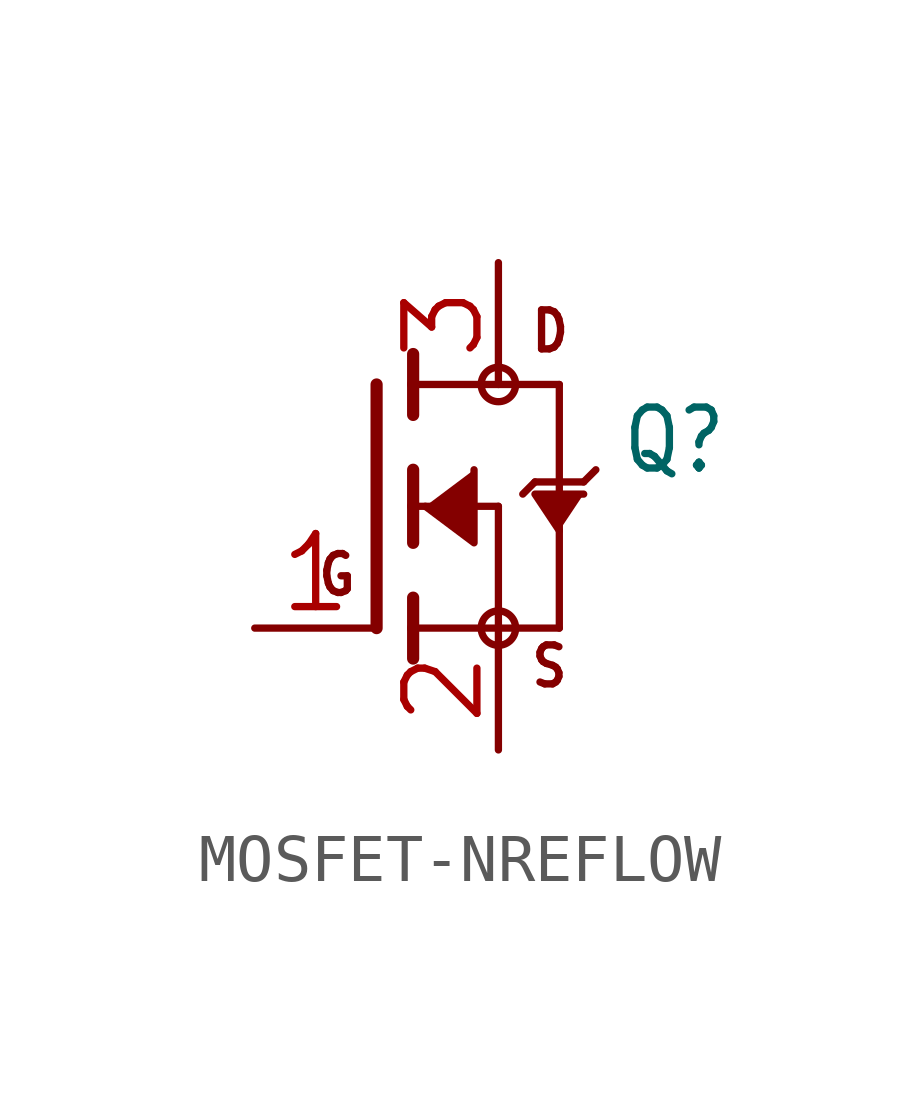
<source format=kicad_sym>
(kicad_symbol_lib
  (version 20241209)
  (generator "kicad_symbol_editor")
  (generator_version "9.0")
  (symbol "MOSFET-NREFLOW"
    (property "Reference" "Q"
      (at 5.08 0.635 0)
      (effects (font (size 1.27 1.079)) (justify left bottom)))
    (property "Value" ""
      (at 5.08 -1.27 0)
      (effects (font (size 1.27 1.079)) (justify left bottom)))
    (property "ki_locked" ""
      (at 0 0 0)
      (effects (font (size 1.27 1.27))))
    (symbol "MOSFET-NREFLOW_1_0"
      (polyline (pts (xy 0 2.54) (xy 0 -2.54)) (stroke (width 0.254) (type solid)) (fill (type none)))
      (polyline (pts (xy 0.762 3.175) (xy 0.762 2.54)) (stroke (width 0.254) (type solid)) (fill (type none)))
      (polyline (pts (xy 0.762 2.54) (xy 0.762 1.905)) (stroke (width 0.254) (type solid)) (fill (type none)))
      (polyline (pts (xy 0.762 2.54) (xy 3.81 2.54)) (stroke (width 0.152) (type solid)) (fill (type none)))
      (polyline (pts (xy 0.762 0.762) (xy 0.762 0)) (stroke (width 0.254) (type solid)) (fill (type none)))
      (polyline (pts (xy 0.762 0) (xy 0.762 -0.762)) (stroke (width 0.254) (type solid)) (fill (type none)))
      (polyline (pts (xy 0.762 0) (xy 2.54 0)) (stroke (width 0.152) (type solid)) (fill (type none)))
      (polyline (pts (xy 0.762 -1.905) (xy 0.762 -2.54)) (stroke (width 0.254) (type solid)) (fill (type none)))
      (polyline (pts (xy 0.762 -2.54) (xy 0.762 -3.175)) (stroke (width 0.254) (type solid)) (fill (type none)))
      (polyline (pts (xy 1.016 0) (xy 2.032 -0.762) (xy 2.032 0.762)) (stroke (width 0.152) (type solid)) (fill (type outline)))
      (circle (center 2.54 2.54) (radius 0.359) (stroke (width 0) (type solid)) (fill (type none)))
      (polyline (pts (xy 2.54 0) (xy 2.54 -2.54)) (stroke (width 0.152) (type solid)) (fill (type none)))
      (polyline (pts (xy 2.54 -2.54) (xy 0.762 -2.54)) (stroke (width 0.152) (type solid)) (fill (type none)))
      (polyline (pts (xy 2.54 -2.54) (xy 3.81 -2.54)) (stroke (width 0.152) (type solid)) (fill (type none)))
      (circle (center 2.54 -2.54) (radius 0.359) (stroke (width 0) (type solid)) (fill (type none)))
      (polyline (pts (xy 3.302 0.508) (xy 3.048 0.254)) (stroke (width 0.152) (type solid)) (fill (type none)))
      (polyline (pts (xy 3.81 2.54) (xy 3.81 0.508)) (stroke (width 0.152) (type solid)) (fill (type none)))
      (polyline (pts (xy 3.81 0.508) (xy 3.302 0.508)) (stroke (width 0.152) (type solid)) (fill (type none)))
      (polyline (pts (xy 3.81 0.508) (xy 3.81 -2.54)) (stroke (width 0.152) (type solid)) (fill (type none)))
      (polyline (pts (xy 3.81 -0.508) (xy 3.302 0.254) (xy 4.318 0.254)) (stroke (width 0.152) (type solid)) (fill (type outline)))
      (polyline (pts (xy 4.318 0.508) (xy 3.81 0.508)) (stroke (width 0.152) (type solid)) (fill (type none)))
      (polyline (pts (xy 4.572 0.762) (xy 4.318 0.508)) (stroke (width 0.152) (type solid)) (fill (type none)))
      (text "G" (at -1.27 -1.905 0) (effects (font (size 0.813 0.691)) (justify left bottom)))
      (text "D" (at 3.175 3.175 0) (effects (font (size 0.813 0.691)) (justify left bottom)))
      (text "S" (at 3.175 -3.81 0) (effects (font (size 0.813 0.691)) (justify left bottom)))
      (pin bidirectional line (at -2.54 -2.54 0) (length 2.54) (name "G" (effects (font (size 0 0)))) (number "1" (effects (font (size 1.524 1.524)))))
      (pin bidirectional line (at 2.54 5.08 270) (length 2.54) (name "D" (effects (font (size 0 0)))) (number "3" (effects (font (size 1.524 1.524)))))
      (pin bidirectional line (at 2.54 -5.08 90) (length 2.54) (name "S" (effects (font (size 0 0)))) (number "2" (effects (font (size 1.524 1.524))))))))
</source>
